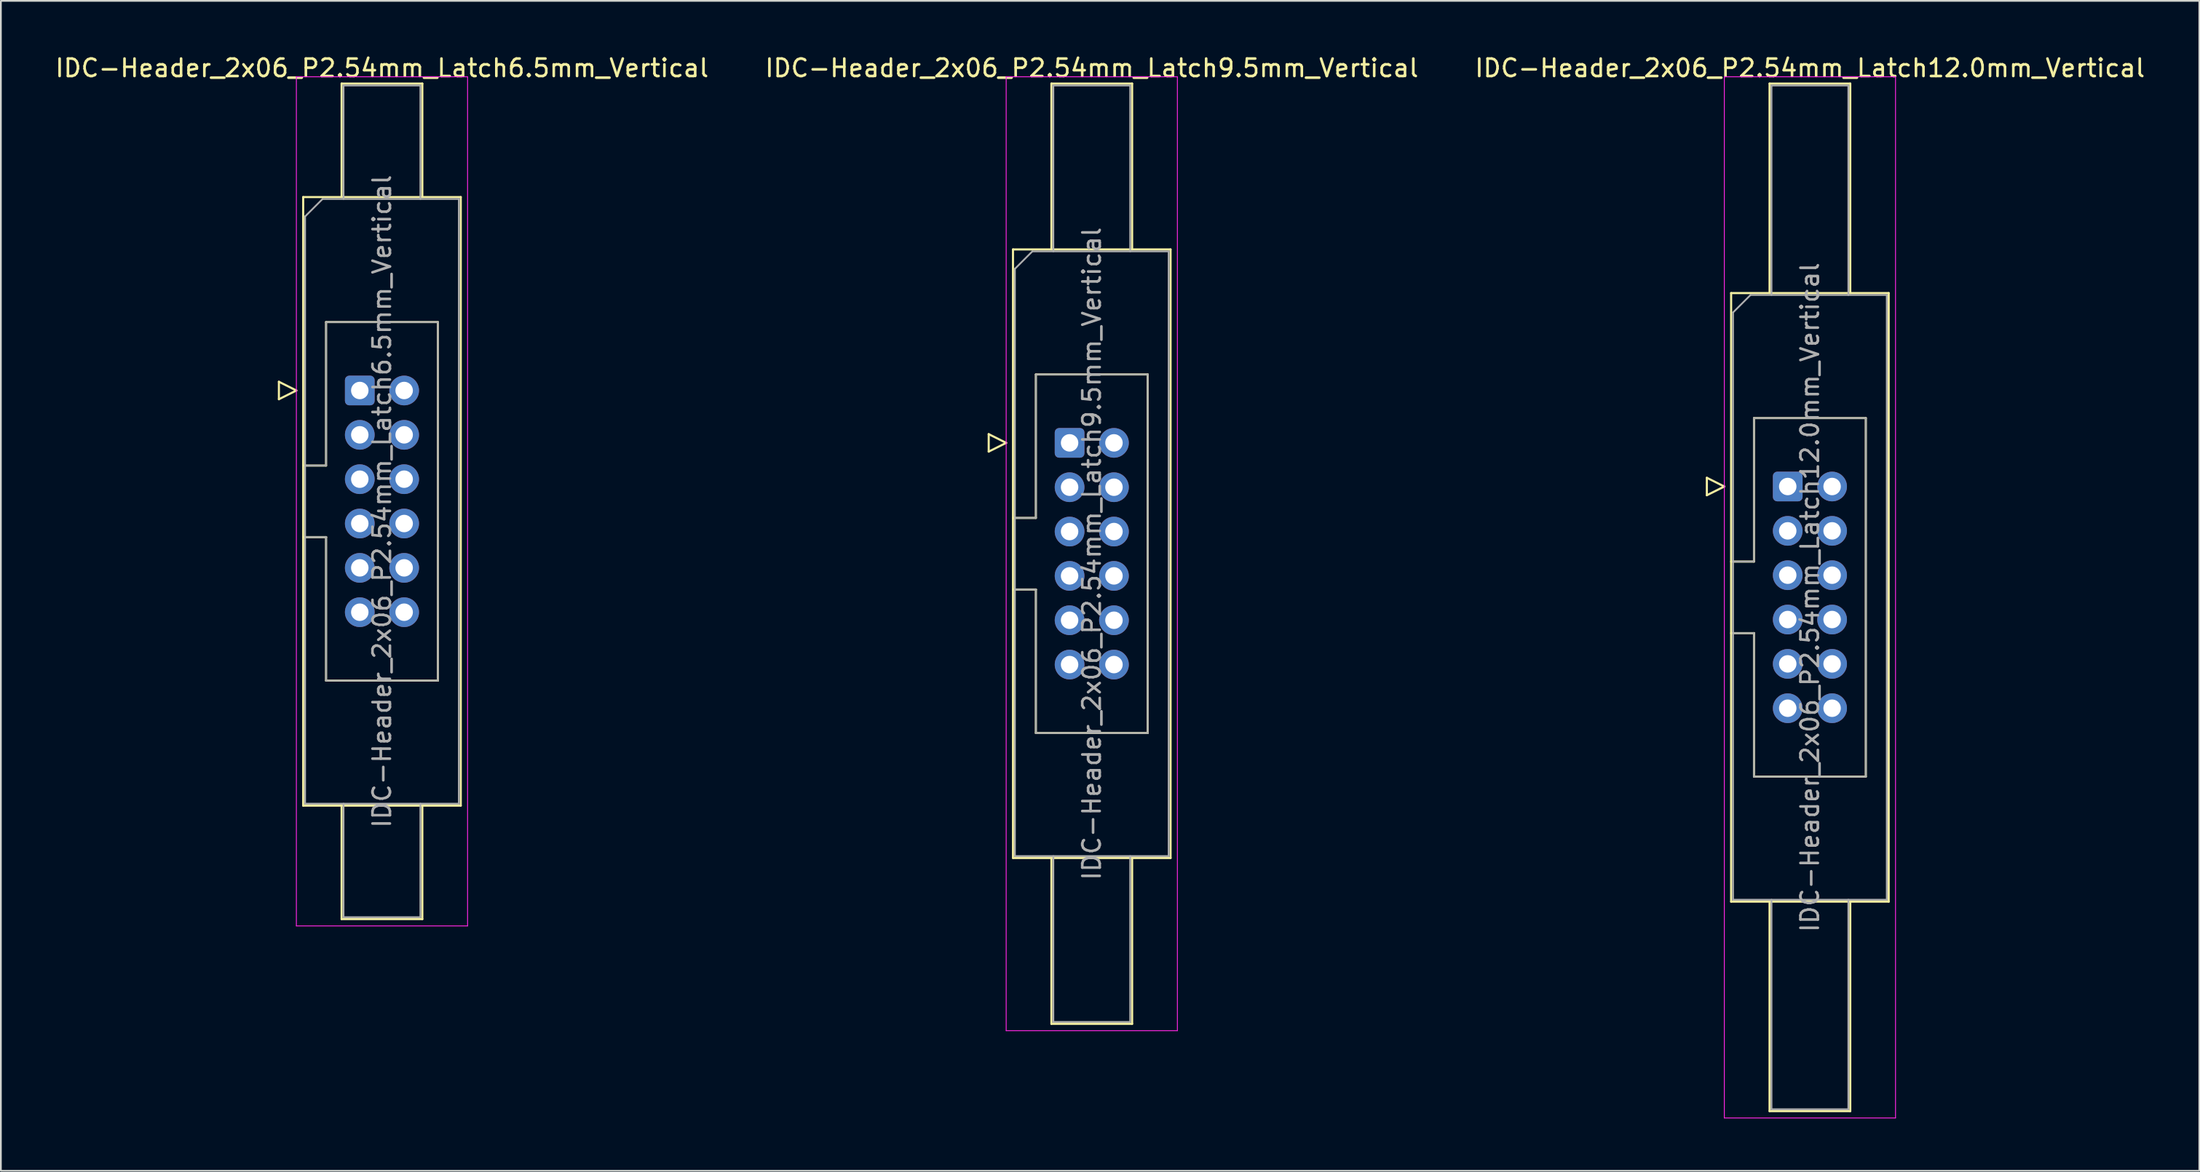
<source format=kicad_pcb>
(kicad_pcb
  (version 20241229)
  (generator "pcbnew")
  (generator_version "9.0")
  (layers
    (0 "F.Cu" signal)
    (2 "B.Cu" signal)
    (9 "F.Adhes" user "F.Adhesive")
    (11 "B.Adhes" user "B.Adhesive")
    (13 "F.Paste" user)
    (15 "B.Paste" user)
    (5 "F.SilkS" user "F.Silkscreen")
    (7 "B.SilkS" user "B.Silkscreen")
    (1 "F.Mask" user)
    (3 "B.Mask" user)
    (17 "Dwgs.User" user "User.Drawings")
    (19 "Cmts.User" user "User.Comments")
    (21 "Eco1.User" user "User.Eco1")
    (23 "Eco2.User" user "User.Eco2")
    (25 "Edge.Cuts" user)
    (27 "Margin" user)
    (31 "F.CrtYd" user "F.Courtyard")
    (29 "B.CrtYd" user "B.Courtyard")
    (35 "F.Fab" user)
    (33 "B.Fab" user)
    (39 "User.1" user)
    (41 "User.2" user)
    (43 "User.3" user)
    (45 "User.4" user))
  (footprint "IDC-Header_2x06_P2.54mm_Latch12.0mm_Vertical"
    (layer "F.Cu")
    (at 99.284 24.818)
    (property "Reference" "IDC-Header_2x06_P2.54mm_Latch12.0mm_Vertical" (at 1.27 -23.97 0) (layer "F.SilkS") (effects (font (size 1 1) (thickness 0.15))))
    (attr through_hole)
    (fp_line (start -4.63 -0.5) (end -4.63 0.5) (stroke (width 0.12) (type solid)) (layer "F.SilkS"))
    (fp_line (start -4.63 0.5) (end -3.63 0) (stroke (width 0.12) (type solid)) (layer "F.SilkS"))
    (fp_line (start -3.63 0) (end -4.63 -0.5) (stroke (width 0.12) (type solid)) (layer "F.SilkS"))
    (fp_line (start -3.24 -11.08) (end 5.78 -11.08) (stroke (width 0.12) (type solid)) (layer "F.SilkS"))
    (fp_line (start -3.24 4.3) (end -1.93 4.3) (stroke (width 0.12) (type solid)) (layer "F.SilkS"))
    (fp_line (start -3.24 23.78) (end -3.24 -11.08) (stroke (width 0.12) (type solid)) (layer "F.SilkS"))
    (fp_line (start -1.93 -3.92) (end 4.47 -3.92) (stroke (width 0.12) (type solid)) (layer "F.SilkS"))
    (fp_line (start -1.93 4.3) (end -1.93 -3.92) (stroke (width 0.12) (type solid)) (layer "F.SilkS"))
    (fp_line (start -1.93 8.4) (end -3.24 8.4) (stroke (width 0.12) (type solid)) (layer "F.SilkS"))
    (fp_line (start -1.93 8.4) (end -1.93 8.4) (stroke (width 0.12) (type solid)) (layer "F.SilkS"))
    (fp_line (start -1.93 16.62) (end -1.93 8.4) (stroke (width 0.12) (type solid)) (layer "F.SilkS"))
    (fp_line (start -1.04 -23.08) (end 3.58 -23.08) (stroke (width 0.12) (type solid)) (layer "F.SilkS"))
    (fp_line (start -1.04 -11.08) (end -1.04 -23.08) (stroke (width 0.12) (type solid)) (layer "F.SilkS"))
    (fp_line (start -1.04 23.78) (end -1.04 35.78) (stroke (width 0.12) (type solid)) (layer "F.SilkS"))
    (fp_line (start -1.04 35.78) (end 3.58 35.78) (stroke (width 0.12) (type solid)) (layer "F.SilkS"))
    (fp_line (start 3.58 -23.08) (end 3.58 -11.08) (stroke (width 0.12) (type solid)) (layer "F.SilkS"))
    (fp_line (start 3.58 35.78) (end 3.58 23.78) (stroke (width 0.12) (type solid)) (layer "F.SilkS"))
    (fp_line (start 4.47 -3.92) (end 4.47 16.62) (stroke (width 0.12) (type solid)) (layer "F.SilkS"))
    (fp_line (start 4.47 16.62) (end -1.93 16.62) (stroke (width 0.12) (type solid)) (layer "F.SilkS"))
    (fp_line (start 5.78 -11.08) (end 5.78 23.78) (stroke (width 0.12) (type solid)) (layer "F.SilkS"))
    (fp_line (start 5.78 23.78) (end -3.24 23.78) (stroke (width 0.12) (type solid)) (layer "F.SilkS"))
    (fp_line (start -3.63 -23.47) (end -3.63 36.17) (stroke (width 0.05) (type solid)) (layer "F.CrtYd"))
    (fp_line (start -3.63 36.17) (end 6.17 36.17) (stroke (width 0.05) (type solid)) (layer "F.CrtYd"))
    (fp_line (start 6.17 -23.47) (end -3.63 -23.47) (stroke (width 0.05) (type solid)) (layer "F.CrtYd"))
    (fp_line (start 6.17 36.17) (end 6.17 -23.47) (stroke (width 0.05) (type solid)) (layer "F.CrtYd"))
    (fp_line (start -3.13 -9.97) (end -2.13 -10.97) (stroke (width 0.1) (type solid)) (layer "F.Fab"))
    (fp_line (start -3.13 4.3) (end -1.93 4.3) (stroke (width 0.1) (type solid)) (layer "F.Fab"))
    (fp_line (start -3.13 23.67) (end -3.13 -9.97) (stroke (width 0.1) (type solid)) (layer "F.Fab"))
    (fp_line (start -2.13 -10.97) (end 5.67 -10.97) (stroke (width 0.1) (type solid)) (layer "F.Fab"))
    (fp_line (start -1.93 -3.92) (end 4.47 -3.92) (stroke (width 0.1) (type solid)) (layer "F.Fab"))
    (fp_line (start -1.93 4.3) (end -1.93 -3.92) (stroke (width 0.1) (type solid)) (layer "F.Fab"))
    (fp_line (start -1.93 8.4) (end -3.13 8.4) (stroke (width 0.1) (type solid)) (layer "F.Fab"))
    (fp_line (start -1.93 8.4) (end -1.93 8.4) (stroke (width 0.1) (type solid)) (layer "F.Fab"))
    (fp_line (start -1.93 16.62) (end -1.93 8.4) (stroke (width 0.1) (type solid)) (layer "F.Fab"))
    (fp_line (start -0.93 -22.97) (end 3.47 -22.97) (stroke (width 0.1) (type solid)) (layer "F.Fab"))
    (fp_line (start -0.93 -10.97) (end -0.93 -22.97) (stroke (width 0.1) (type solid)) (layer "F.Fab"))
    (fp_line (start -0.93 23.67) (end -0.93 35.67) (stroke (width 0.1) (type solid)) (layer "F.Fab"))
    (fp_line (start -0.93 35.67) (end 3.47 35.67) (stroke (width 0.1) (type solid)) (layer "F.Fab"))
    (fp_line (start 3.47 -22.97) (end 3.47 -10.97) (stroke (width 0.1) (type solid)) (layer "F.Fab"))
    (fp_line (start 3.47 35.67) (end 3.47 23.67) (stroke (width 0.1) (type solid)) (layer "F.Fab"))
    (fp_line (start 4.47 -3.92) (end 4.47 16.62) (stroke (width 0.1) (type solid)) (layer "F.Fab"))
    (fp_line (start 4.47 16.62) (end -1.93 16.62) (stroke (width 0.1) (type solid)) (layer "F.Fab"))
    (fp_line (start 5.67 -10.97) (end 5.67 23.67) (stroke (width 0.1) (type solid)) (layer "F.Fab"))
    (fp_line (start 5.67 23.67) (end -3.13 23.67) (stroke (width 0.1) (type solid)) (layer "F.Fab"))
    (fp_text user "${REFERENCE}" (at 1.27 6.35 90) (layer "F.Fab") (effects (font (size 1 1) (thickness 0.15))))
    (pad "1" thru_hole roundrect (at 0 0) (size 1.7 1.7) (drill 1) (layers "*.Cu" "*.Mask") (roundrect_rratio 0.147))
    (pad "2" thru_hole circle (at 2.54 0) (size 1.7 1.7) (drill 1) (layers "*.Cu" "*.Mask"))
    (pad "3" thru_hole circle (at 0 2.54) (size 1.7 1.7) (drill 1) (layers "*.Cu" "*.Mask"))
    (pad "4" thru_hole circle (at 2.54 2.54) (size 1.7 1.7) (drill 1) (layers "*.Cu" "*.Mask"))
    (pad "5" thru_hole circle (at 0 5.08) (size 1.7 1.7) (drill 1) (layers "*.Cu" "*.Mask"))
    (pad "6" thru_hole circle (at 2.54 5.08) (size 1.7 1.7) (drill 1) (layers "*.Cu" "*.Mask"))
    (pad "7" thru_hole circle (at 0 7.62) (size 1.7 1.7) (drill 1) (layers "*.Cu" "*.Mask"))
    (pad "8" thru_hole circle (at 2.54 7.62) (size 1.7 1.7) (drill 1) (layers "*.Cu" "*.Mask"))
    (pad "9" thru_hole circle (at 0 10.16) (size 1.7 1.7) (drill 1) (layers "*.Cu" "*.Mask"))
    (pad "10" thru_hole circle (at 2.54 10.16) (size 1.7 1.7) (drill 1) (layers "*.Cu" "*.Mask"))
    (pad "11" thru_hole circle (at 0 12.7) (size 1.7 1.7) (drill 1) (layers "*.Cu" "*.Mask"))
    (pad "12" thru_hole circle (at 2.54 12.7) (size 1.7 1.7) (drill 1) (layers "*.Cu" "*.Mask")))
  (footprint "IDC-Header_2x06_P2.54mm_Latch9.5mm_Vertical"
    (layer "F.Cu")
    (at 58.176 22.318)
    (property "Reference" "IDC-Header_2x06_P2.54mm_Latch9.5mm_Vertical" (at 1.27 -21.47 0) (layer "F.SilkS") (effects (font (size 1 1) (thickness 0.15))))
    (attr through_hole)
    (fp_line (start -4.63 -0.5) (end -4.63 0.5) (stroke (width 0.12) (type solid)) (layer "F.SilkS"))
    (fp_line (start -4.63 0.5) (end -3.63 0) (stroke (width 0.12) (type solid)) (layer "F.SilkS"))
    (fp_line (start -3.63 0) (end -4.63 -0.5) (stroke (width 0.12) (type solid)) (layer "F.SilkS"))
    (fp_line (start -3.24 -11.08) (end 5.78 -11.08) (stroke (width 0.12) (type solid)) (layer "F.SilkS"))
    (fp_line (start -3.24 4.3) (end -1.93 4.3) (stroke (width 0.12) (type solid)) (layer "F.SilkS"))
    (fp_line (start -3.24 23.78) (end -3.24 -11.08) (stroke (width 0.12) (type solid)) (layer "F.SilkS"))
    (fp_line (start -1.93 -3.92) (end 4.47 -3.92) (stroke (width 0.12) (type solid)) (layer "F.SilkS"))
    (fp_line (start -1.93 4.3) (end -1.93 -3.92) (stroke (width 0.12) (type solid)) (layer "F.SilkS"))
    (fp_line (start -1.93 8.4) (end -3.24 8.4) (stroke (width 0.12) (type solid)) (layer "F.SilkS"))
    (fp_line (start -1.93 8.4) (end -1.93 8.4) (stroke (width 0.12) (type solid)) (layer "F.SilkS"))
    (fp_line (start -1.93 16.62) (end -1.93 8.4) (stroke (width 0.12) (type solid)) (layer "F.SilkS"))
    (fp_line (start -1.04 -20.58) (end 3.58 -20.58) (stroke (width 0.12) (type solid)) (layer "F.SilkS"))
    (fp_line (start -1.04 -11.08) (end -1.04 -20.58) (stroke (width 0.12) (type solid)) (layer "F.SilkS"))
    (fp_line (start -1.04 23.78) (end -1.04 33.28) (stroke (width 0.12) (type solid)) (layer "F.SilkS"))
    (fp_line (start -1.04 33.28) (end 3.58 33.28) (stroke (width 0.12) (type solid)) (layer "F.SilkS"))
    (fp_line (start 3.58 -20.58) (end 3.58 -11.08) (stroke (width 0.12) (type solid)) (layer "F.SilkS"))
    (fp_line (start 3.58 33.28) (end 3.58 23.78) (stroke (width 0.12) (type solid)) (layer "F.SilkS"))
    (fp_line (start 4.47 -3.92) (end 4.47 16.62) (stroke (width 0.12) (type solid)) (layer "F.SilkS"))
    (fp_line (start 4.47 16.62) (end -1.93 16.62) (stroke (width 0.12) (type solid)) (layer "F.SilkS"))
    (fp_line (start 5.78 -11.08) (end 5.78 23.78) (stroke (width 0.12) (type solid)) (layer "F.SilkS"))
    (fp_line (start 5.78 23.78) (end -3.24 23.78) (stroke (width 0.12) (type solid)) (layer "F.SilkS"))
    (fp_line (start -3.63 -20.97) (end -3.63 33.67) (stroke (width 0.05) (type solid)) (layer "F.CrtYd"))
    (fp_line (start -3.63 33.67) (end 6.17 33.67) (stroke (width 0.05) (type solid)) (layer "F.CrtYd"))
    (fp_line (start 6.17 -20.97) (end -3.63 -20.97) (stroke (width 0.05) (type solid)) (layer "F.CrtYd"))
    (fp_line (start 6.17 33.67) (end 6.17 -20.97) (stroke (width 0.05) (type solid)) (layer "F.CrtYd"))
    (fp_line (start -3.13 -9.97) (end -2.13 -10.97) (stroke (width 0.1) (type solid)) (layer "F.Fab"))
    (fp_line (start -3.13 4.3) (end -1.93 4.3) (stroke (width 0.1) (type solid)) (layer "F.Fab"))
    (fp_line (start -3.13 23.67) (end -3.13 -9.97) (stroke (width 0.1) (type solid)) (layer "F.Fab"))
    (fp_line (start -2.13 -10.97) (end 5.67 -10.97) (stroke (width 0.1) (type solid)) (layer "F.Fab"))
    (fp_line (start -1.93 -3.92) (end 4.47 -3.92) (stroke (width 0.1) (type solid)) (layer "F.Fab"))
    (fp_line (start -1.93 4.3) (end -1.93 -3.92) (stroke (width 0.1) (type solid)) (layer "F.Fab"))
    (fp_line (start -1.93 8.4) (end -3.13 8.4) (stroke (width 0.1) (type solid)) (layer "F.Fab"))
    (fp_line (start -1.93 8.4) (end -1.93 8.4) (stroke (width 0.1) (type solid)) (layer "F.Fab"))
    (fp_line (start -1.93 16.62) (end -1.93 8.4) (stroke (width 0.1) (type solid)) (layer "F.Fab"))
    (fp_line (start -0.93 -20.47) (end 3.47 -20.47) (stroke (width 0.1) (type solid)) (layer "F.Fab"))
    (fp_line (start -0.93 -10.97) (end -0.93 -20.47) (stroke (width 0.1) (type solid)) (layer "F.Fab"))
    (fp_line (start -0.93 23.67) (end -0.93 33.17) (stroke (width 0.1) (type solid)) (layer "F.Fab"))
    (fp_line (start -0.93 33.17) (end 3.47 33.17) (stroke (width 0.1) (type solid)) (layer "F.Fab"))
    (fp_line (start 3.47 -20.47) (end 3.47 -10.97) (stroke (width 0.1) (type solid)) (layer "F.Fab"))
    (fp_line (start 3.47 33.17) (end 3.47 23.67) (stroke (width 0.1) (type solid)) (layer "F.Fab"))
    (fp_line (start 4.47 -3.92) (end 4.47 16.62) (stroke (width 0.1) (type solid)) (layer "F.Fab"))
    (fp_line (start 4.47 16.62) (end -1.93 16.62) (stroke (width 0.1) (type solid)) (layer "F.Fab"))
    (fp_line (start 5.67 -10.97) (end 5.67 23.67) (stroke (width 0.1) (type solid)) (layer "F.Fab"))
    (fp_line (start 5.67 23.67) (end -3.13 23.67) (stroke (width 0.1) (type solid)) (layer "F.Fab"))
    (fp_text user "${REFERENCE}" (at 1.27 6.35 90) (layer "F.Fab") (effects (font (size 1 1) (thickness 0.15))))
    (pad "1" thru_hole roundrect (at 0 0) (size 1.7 1.7) (drill 1) (layers "*.Cu" "*.Mask") (roundrect_rratio 0.147))
    (pad "2" thru_hole circle (at 2.54 0) (size 1.7 1.7) (drill 1) (layers "*.Cu" "*.Mask"))
    (pad "3" thru_hole circle (at 0 2.54) (size 1.7 1.7) (drill 1) (layers "*.Cu" "*.Mask"))
    (pad "4" thru_hole circle (at 2.54 2.54) (size 1.7 1.7) (drill 1) (layers "*.Cu" "*.Mask"))
    (pad "5" thru_hole circle (at 0 5.08) (size 1.7 1.7) (drill 1) (layers "*.Cu" "*.Mask"))
    (pad "6" thru_hole circle (at 2.54 5.08) (size 1.7 1.7) (drill 1) (layers "*.Cu" "*.Mask"))
    (pad "7" thru_hole circle (at 0 7.62) (size 1.7 1.7) (drill 1) (layers "*.Cu" "*.Mask"))
    (pad "8" thru_hole circle (at 2.54 7.62) (size 1.7 1.7) (drill 1) (layers "*.Cu" "*.Mask"))
    (pad "9" thru_hole circle (at 0 10.16) (size 1.7 1.7) (drill 1) (layers "*.Cu" "*.Mask"))
    (pad "10" thru_hole circle (at 2.54 10.16) (size 1.7 1.7) (drill 1) (layers "*.Cu" "*.Mask"))
    (pad "11" thru_hole circle (at 0 12.7) (size 1.7 1.7) (drill 1) (layers "*.Cu" "*.Mask"))
    (pad "12" thru_hole circle (at 2.54 12.7) (size 1.7 1.7) (drill 1) (layers "*.Cu" "*.Mask")))
  (footprint "IDC-Header_2x06_P2.54mm_Latch6.5mm_Vertical"
    (layer "F.Cu")
    (at 17.545 19.318)
    (property "Reference" "IDC-Header_2x06_P2.54mm_Latch6.5mm_Vertical" (at 1.27 -18.47 0) (layer "F.SilkS") (effects (font (size 1 1) (thickness 0.15))))
    (attr through_hole)
    (fp_line (start -4.63 -0.5) (end -4.63 0.5) (stroke (width 0.12) (type solid)) (layer "F.SilkS"))
    (fp_line (start -4.63 0.5) (end -3.63 0) (stroke (width 0.12) (type solid)) (layer "F.SilkS"))
    (fp_line (start -3.63 0) (end -4.63 -0.5) (stroke (width 0.12) (type solid)) (layer "F.SilkS"))
    (fp_line (start -3.24 -11.08) (end 5.78 -11.08) (stroke (width 0.12) (type solid)) (layer "F.SilkS"))
    (fp_line (start -3.24 4.3) (end -1.93 4.3) (stroke (width 0.12) (type solid)) (layer "F.SilkS"))
    (fp_line (start -3.24 23.78) (end -3.24 -11.08) (stroke (width 0.12) (type solid)) (layer "F.SilkS"))
    (fp_line (start -1.93 -3.92) (end 4.47 -3.92) (stroke (width 0.12) (type solid)) (layer "F.SilkS"))
    (fp_line (start -1.93 4.3) (end -1.93 -3.92) (stroke (width 0.12) (type solid)) (layer "F.SilkS"))
    (fp_line (start -1.93 8.4) (end -3.24 8.4) (stroke (width 0.12) (type solid)) (layer "F.SilkS"))
    (fp_line (start -1.93 8.4) (end -1.93 8.4) (stroke (width 0.12) (type solid)) (layer "F.SilkS"))
    (fp_line (start -1.93 16.62) (end -1.93 8.4) (stroke (width 0.12) (type solid)) (layer "F.SilkS"))
    (fp_line (start -1.04 -17.58) (end 3.58 -17.58) (stroke (width 0.12) (type solid)) (layer "F.SilkS"))
    (fp_line (start -1.04 -11.08) (end -1.04 -17.58) (stroke (width 0.12) (type solid)) (layer "F.SilkS"))
    (fp_line (start -1.04 23.78) (end -1.04 30.28) (stroke (width 0.12) (type solid)) (layer "F.SilkS"))
    (fp_line (start -1.04 30.28) (end 3.58 30.28) (stroke (width 0.12) (type solid)) (layer "F.SilkS"))
    (fp_line (start 3.58 -17.58) (end 3.58 -11.08) (stroke (width 0.12) (type solid)) (layer "F.SilkS"))
    (fp_line (start 3.58 30.28) (end 3.58 23.78) (stroke (width 0.12) (type solid)) (layer "F.SilkS"))
    (fp_line (start 4.47 -3.92) (end 4.47 16.62) (stroke (width 0.12) (type solid)) (layer "F.SilkS"))
    (fp_line (start 4.47 16.62) (end -1.93 16.62) (stroke (width 0.12) (type solid)) (layer "F.SilkS"))
    (fp_line (start 5.78 -11.08) (end 5.78 23.78) (stroke (width 0.12) (type solid)) (layer "F.SilkS"))
    (fp_line (start 5.78 23.78) (end -3.24 23.78) (stroke (width 0.12) (type solid)) (layer "F.SilkS"))
    (fp_line (start -3.63 -17.97) (end -3.63 30.67) (stroke (width 0.05) (type solid)) (layer "F.CrtYd"))
    (fp_line (start -3.63 30.67) (end 6.17 30.67) (stroke (width 0.05) (type solid)) (layer "F.CrtYd"))
    (fp_line (start 6.17 -17.97) (end -3.63 -17.97) (stroke (width 0.05) (type solid)) (layer "F.CrtYd"))
    (fp_line (start 6.17 30.67) (end 6.17 -17.97) (stroke (width 0.05) (type solid)) (layer "F.CrtYd"))
    (fp_line (start -3.13 -9.97) (end -2.13 -10.97) (stroke (width 0.1) (type solid)) (layer "F.Fab"))
    (fp_line (start -3.13 4.3) (end -1.93 4.3) (stroke (width 0.1) (type solid)) (layer "F.Fab"))
    (fp_line (start -3.13 23.67) (end -3.13 -9.97) (stroke (width 0.1) (type solid)) (layer "F.Fab"))
    (fp_line (start -2.13 -10.97) (end 5.67 -10.97) (stroke (width 0.1) (type solid)) (layer "F.Fab"))
    (fp_line (start -1.93 -3.92) (end 4.47 -3.92) (stroke (width 0.1) (type solid)) (layer "F.Fab"))
    (fp_line (start -1.93 4.3) (end -1.93 -3.92) (stroke (width 0.1) (type solid)) (layer "F.Fab"))
    (fp_line (start -1.93 8.4) (end -3.13 8.4) (stroke (width 0.1) (type solid)) (layer "F.Fab"))
    (fp_line (start -1.93 8.4) (end -1.93 8.4) (stroke (width 0.1) (type solid)) (layer "F.Fab"))
    (fp_line (start -1.93 16.62) (end -1.93 8.4) (stroke (width 0.1) (type solid)) (layer "F.Fab"))
    (fp_line (start -0.93 -17.47) (end 3.47 -17.47) (stroke (width 0.1) (type solid)) (layer "F.Fab"))
    (fp_line (start -0.93 -10.97) (end -0.93 -17.47) (stroke (width 0.1) (type solid)) (layer "F.Fab"))
    (fp_line (start -0.93 23.67) (end -0.93 30.17) (stroke (width 0.1) (type solid)) (layer "F.Fab"))
    (fp_line (start -0.93 30.17) (end 3.47 30.17) (stroke (width 0.1) (type solid)) (layer "F.Fab"))
    (fp_line (start 3.47 -17.47) (end 3.47 -10.97) (stroke (width 0.1) (type solid)) (layer "F.Fab"))
    (fp_line (start 3.47 30.17) (end 3.47 23.67) (stroke (width 0.1) (type solid)) (layer "F.Fab"))
    (fp_line (start 4.47 -3.92) (end 4.47 16.62) (stroke (width 0.1) (type solid)) (layer "F.Fab"))
    (fp_line (start 4.47 16.62) (end -1.93 16.62) (stroke (width 0.1) (type solid)) (layer "F.Fab"))
    (fp_line (start 5.67 -10.97) (end 5.67 23.67) (stroke (width 0.1) (type solid)) (layer "F.Fab"))
    (fp_line (start 5.67 23.67) (end -3.13 23.67) (stroke (width 0.1) (type solid)) (layer "F.Fab"))
    (fp_text user "${REFERENCE}" (at 1.27 6.35 90) (layer "F.Fab") (effects (font (size 1 1) (thickness 0.15))))
    (pad "1" thru_hole roundrect (at 0 0) (size 1.7 1.7) (drill 1) (layers "*.Cu" "*.Mask") (roundrect_rratio 0.147))
    (pad "2" thru_hole circle (at 2.54 0) (size 1.7 1.7) (drill 1) (layers "*.Cu" "*.Mask"))
    (pad "3" thru_hole circle (at 0 2.54) (size 1.7 1.7) (drill 1) (layers "*.Cu" "*.Mask"))
    (pad "4" thru_hole circle (at 2.54 2.54) (size 1.7 1.7) (drill 1) (layers "*.Cu" "*.Mask"))
    (pad "5" thru_hole circle (at 0 5.08) (size 1.7 1.7) (drill 1) (layers "*.Cu" "*.Mask"))
    (pad "6" thru_hole circle (at 2.54 5.08) (size 1.7 1.7) (drill 1) (layers "*.Cu" "*.Mask"))
    (pad "7" thru_hole circle (at 0 7.62) (size 1.7 1.7) (drill 1) (layers "*.Cu" "*.Mask"))
    (pad "8" thru_hole circle (at 2.54 7.62) (size 1.7 1.7) (drill 1) (layers "*.Cu" "*.Mask"))
    (pad "9" thru_hole circle (at 0 10.16) (size 1.7 1.7) (drill 1) (layers "*.Cu" "*.Mask"))
    (pad "10" thru_hole circle (at 2.54 10.16) (size 1.7 1.7) (drill 1) (layers "*.Cu" "*.Mask"))
    (pad "11" thru_hole circle (at 0 12.7) (size 1.7 1.7) (drill 1) (layers "*.Cu" "*.Mask"))
    (pad "12" thru_hole circle (at 2.54 12.7) (size 1.7 1.7) (drill 1) (layers "*.Cu" "*.Mask")))
  (gr_rect
    (start -3 -3)
    (end 122.845 64.013)
    (stroke (width 0.1) (type default))
    (fill no)
    (layer "Edge.Cuts")))
</source>
